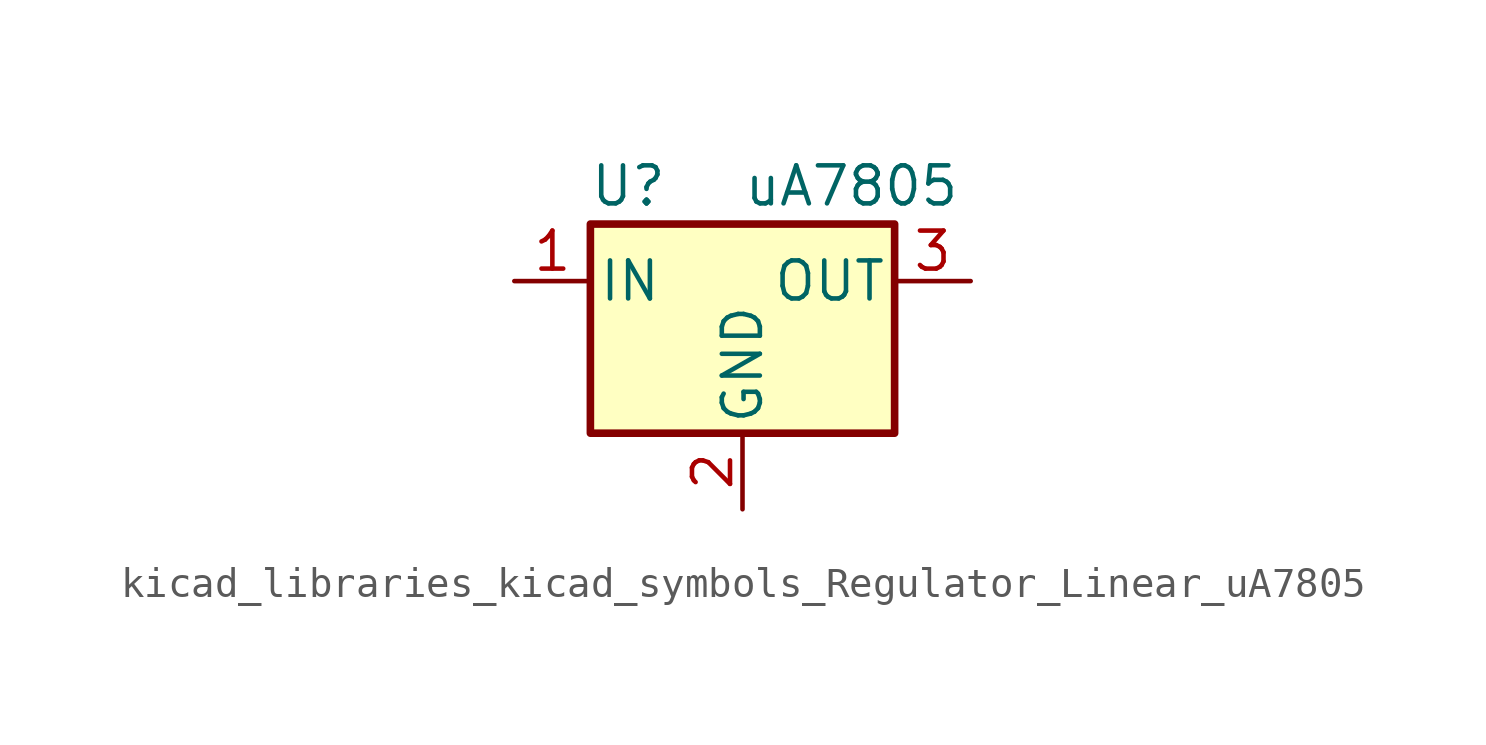
<source format=kicad_sym>
(kicad_symbol_lib
  (version 20220914)
  (generator kicad_symbol_editor)
  (symbol "kicad_libraries_kicad_symbols_Regulator_Linear_uA7805"
    (pin_names
      (offset 0.254))
    (property "Reference" "U"
      (at -3.81 3.175 0)
      (effects (font (size 1.27 1.27))))
    (property "Value" "uA7805"
      (at 0 3.175 0)
      (effects (font (size 1.27 1.27)) (justify left)))
    (symbol "kicad_libraries_kicad_symbols_Regulator_Linear_uA7805_0_1"
      (rectangle (start -5.08 1.905) (end 5.08 -5.08) (stroke (width 0.254) (type default)) (fill (type background))))
    (symbol "kicad_libraries_kicad_symbols_Regulator_Linear_uA7805_1_1"
      (pin power_in line (at -7.62 0 0) (length 2.54) (name "IN" (effects (font (size 1.27 1.27)))) (number "1" (effects (font (size 1.27 1.27)))))
      (pin power_in line (at 0 -7.62 90) (length 2.54) (name "GND" (effects (font (size 1.27 1.27)))) (number "2" (effects (font (size 1.27 1.27)))))
      (pin power_out line (at 7.62 0 180) (length 2.54) (name "OUT" (effects (font (size 1.27 1.27)))) (number "3" (effects (font (size 1.27 1.27))))))))
</source>
